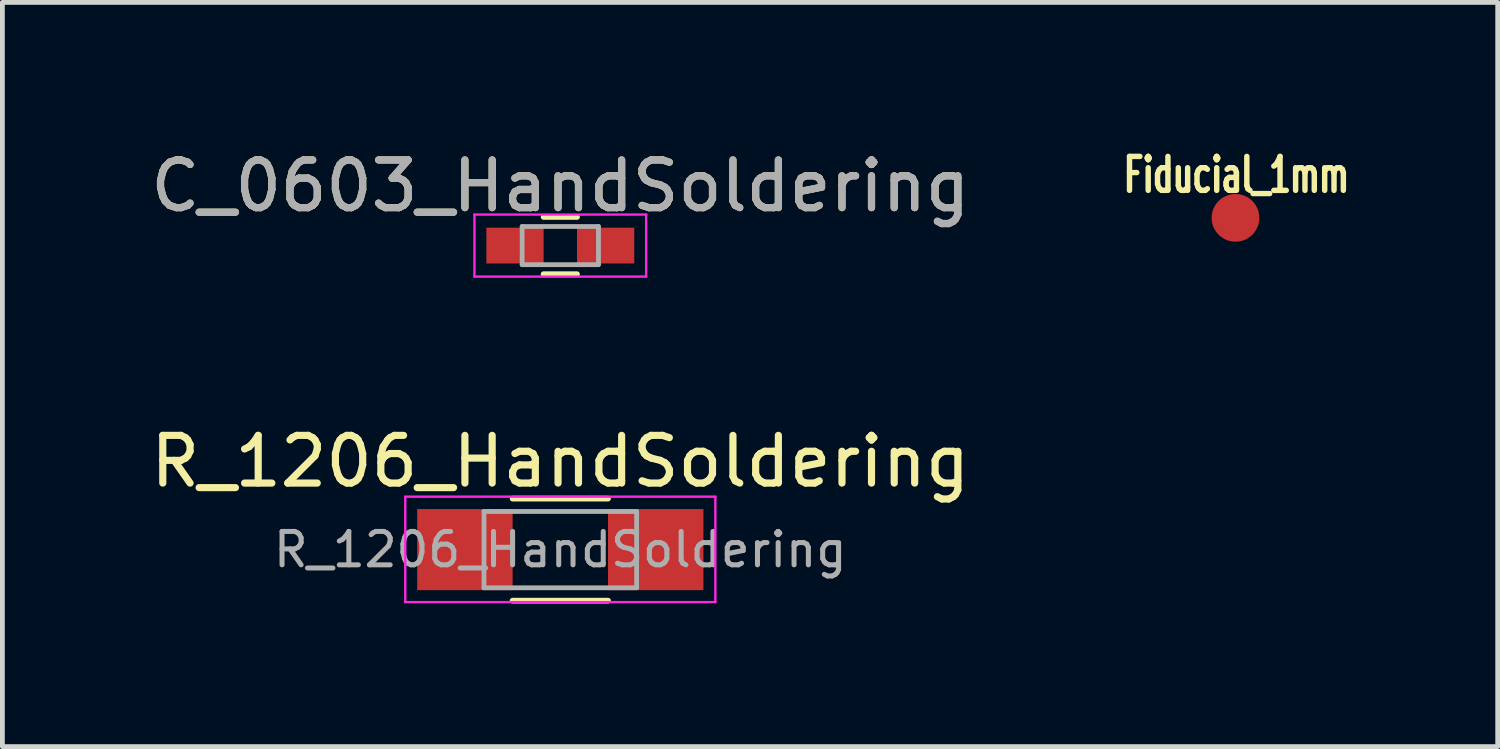
<source format=kicad_pcb>
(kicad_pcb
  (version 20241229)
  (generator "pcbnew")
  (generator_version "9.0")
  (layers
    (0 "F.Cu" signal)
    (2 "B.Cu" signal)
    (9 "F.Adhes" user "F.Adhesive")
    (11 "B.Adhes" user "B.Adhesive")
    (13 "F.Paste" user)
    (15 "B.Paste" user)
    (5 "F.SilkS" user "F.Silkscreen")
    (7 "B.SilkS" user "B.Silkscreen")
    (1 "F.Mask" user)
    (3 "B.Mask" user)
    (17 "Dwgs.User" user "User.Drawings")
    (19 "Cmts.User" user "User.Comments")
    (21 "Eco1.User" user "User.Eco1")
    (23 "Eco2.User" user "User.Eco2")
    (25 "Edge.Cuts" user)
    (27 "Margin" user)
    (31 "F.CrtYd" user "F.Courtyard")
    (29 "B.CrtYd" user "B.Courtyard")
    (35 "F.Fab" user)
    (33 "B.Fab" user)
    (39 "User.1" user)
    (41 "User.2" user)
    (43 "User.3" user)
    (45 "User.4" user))
  (footprint "R_1206_HandSoldering"
    (layer "F.Cu")
    (at 8.696 8.472)
    (property "Reference" "R_1206_HandSoldering" (at 0 -1.85 0) (layer "F.SilkS") (effects (font (size 1 1) (thickness 0.15))))
    (attr smd)
    (fp_line (start -1 -1.07) (end 1 -1.07) (stroke (width 0.12) (type solid)) (layer "F.SilkS"))
    (fp_line (start 1 1.07) (end -1 1.07) (stroke (width 0.12) (type solid)) (layer "F.SilkS"))
    (fp_line (start -3.25 -1.11) (end -3.25 1.1) (stroke (width 0.05) (type solid)) (layer "F.CrtYd"))
    (fp_line (start -3.25 -1.11) (end 3.25 -1.11) (stroke (width 0.05) (type solid)) (layer "F.CrtYd"))
    (fp_line (start 3.25 1.1) (end -3.25 1.1) (stroke (width 0.05) (type solid)) (layer "F.CrtYd"))
    (fp_line (start 3.25 1.1) (end 3.25 -1.11) (stroke (width 0.05) (type solid)) (layer "F.CrtYd"))
    (fp_line (start -1.6 -0.8) (end 1.6 -0.8) (stroke (width 0.1) (type solid)) (layer "F.Fab"))
    (fp_line (start -1.6 0.8) (end -1.6 -0.8) (stroke (width 0.1) (type solid)) (layer "F.Fab"))
    (fp_line (start 1.6 -0.8) (end 1.6 0.8) (stroke (width 0.1) (type solid)) (layer "F.Fab"))
    (fp_line (start 1.6 0.8) (end -1.6 0.8) (stroke (width 0.1) (type solid)) (layer "F.Fab"))
    (fp_text user "${REFERENCE}" (at 0 0 0) (layer "F.Fab") (effects (font (size 0.7 0.7) (thickness 0.105))))
    (pad "1" smd rect (at -2 0) (size 2 1.7) (layers "F.Cu" "F.Mask" "F.Paste"))
    (pad "2" smd rect (at 2 0) (size 2 1.7) (layers "F.Cu" "F.Mask" "F.Paste")))
  (footprint "Fiducial_1mm"
    (layer "F.Cu")
    (at 22.85 1.517)
    (property "Reference" "Fiducial_1mm" (at 0.02 -0.9 0) (layer "F.SilkS") (effects (font (size 0.711 0.457) (thickness 0.114))))
    (attr through_hole)
    (pad "1" smd circle (at 0 0) (size 1 1) (layers "F.Cu" "F.Mask")))
  (footprint "C_0603_HandSoldering"
    (layer "F.Cu")
    (at 8.696 2.098)
    (property "Reference" "C_0603_HandSoldering" (at 0 -1.25 0) (layer "F.SilkS") (effects (font (size 1 1) (thickness 0.15))))
    (attr smd)
    (fp_line (start -0.35 -0.6) (end 0.35 -0.6) (stroke (width 0.12) (type solid)) (layer "F.SilkS"))
    (fp_line (start 0.35 0.6) (end -0.35 0.6) (stroke (width 0.12) (type solid)) (layer "F.SilkS"))
    (fp_line (start -1.8 -0.65) (end -1.8 0.65) (stroke (width 0.05) (type solid)) (layer "F.CrtYd"))
    (fp_line (start -1.8 -0.65) (end 1.8 -0.65) (stroke (width 0.05) (type solid)) (layer "F.CrtYd"))
    (fp_line (start 1.8 0.65) (end -1.8 0.65) (stroke (width 0.05) (type solid)) (layer "F.CrtYd"))
    (fp_line (start 1.8 0.65) (end 1.8 -0.65) (stroke (width 0.05) (type solid)) (layer "F.CrtYd"))
    (fp_line (start -0.8 -0.4) (end 0.8 -0.4) (stroke (width 0.1) (type solid)) (layer "F.Fab"))
    (fp_line (start -0.8 0.4) (end -0.8 -0.4) (stroke (width 0.1) (type solid)) (layer "F.Fab"))
    (fp_line (start 0.8 -0.4) (end 0.8 0.4) (stroke (width 0.1) (type solid)) (layer "F.Fab"))
    (fp_line (start 0.8 0.4) (end -0.8 0.4) (stroke (width 0.1) (type solid)) (layer "F.Fab"))
    (fp_text user "${REFERENCE}" (at 0 -1.25 0) (layer "F.Fab") (effects (font (size 1 1) (thickness 0.15))))
    (pad "1" smd rect (at -0.95 0) (size 1.2 0.75) (layers "F.Cu" "F.Mask" "F.Paste"))
    (pad "2" smd rect (at 0.95 0) (size 1.2 0.75) (layers "F.Cu" "F.Mask" "F.Paste")))
  (gr_rect
    (start -3 -3)
    (end 28.347 12.601)
    (stroke (width 0.1) (type default))
    (fill no)
    (layer "Edge.Cuts")))
</source>
